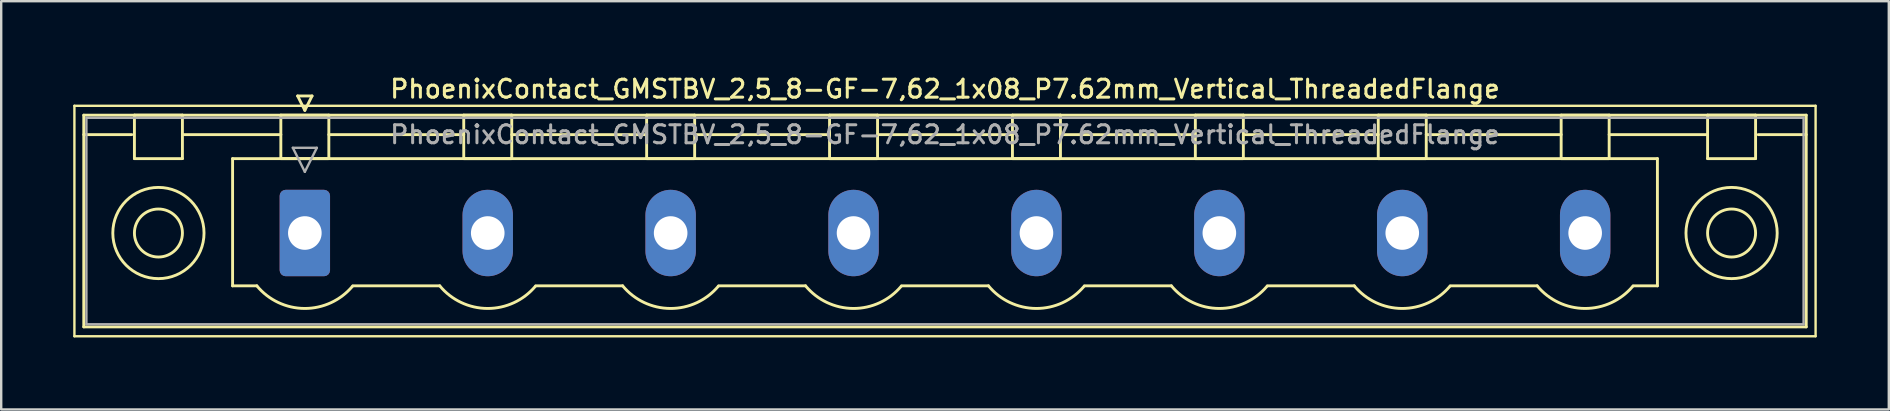
<source format=kicad_pcb>
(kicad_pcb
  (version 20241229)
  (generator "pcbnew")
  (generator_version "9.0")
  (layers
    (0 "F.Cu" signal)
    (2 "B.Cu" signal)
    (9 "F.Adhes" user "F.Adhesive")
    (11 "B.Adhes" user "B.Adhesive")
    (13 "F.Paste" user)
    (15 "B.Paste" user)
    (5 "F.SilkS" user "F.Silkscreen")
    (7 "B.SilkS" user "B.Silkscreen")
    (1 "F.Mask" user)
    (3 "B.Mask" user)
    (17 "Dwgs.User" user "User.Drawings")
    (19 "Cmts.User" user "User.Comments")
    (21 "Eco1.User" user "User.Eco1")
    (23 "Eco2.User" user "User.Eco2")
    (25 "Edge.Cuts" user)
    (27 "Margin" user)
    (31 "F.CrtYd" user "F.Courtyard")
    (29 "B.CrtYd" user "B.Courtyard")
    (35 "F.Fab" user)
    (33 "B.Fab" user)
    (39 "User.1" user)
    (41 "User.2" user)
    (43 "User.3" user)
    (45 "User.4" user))
  (footprint "PhoenixContact_GMSTBV_2,5_8-GF-7,62_1x08_P7.62mm_Vertical_ThreadedFlange"
    (layer "F.Cu")
    (at 9.65 6.658)
    (property "Reference" "PhoenixContact_GMSTBV_2,5_8-GF-7,62_1x08_P7.62mm_Vertical_ThreadedFlange" (at 26.67 -6 0) (layer "F.SilkS") (effects (font (size 0.75 0.75) (thickness 0.125))))
    (attr through_hole)
    (fp_line (start -9.6 -5.3) (end -9.6 4.3) (stroke (width 0.1) (type solid)) (layer "F.SilkS"))
    (fp_line (start -9.6 4.3) (end 62.94 4.3) (stroke (width 0.1) (type solid)) (layer "F.SilkS"))
    (fp_line (start -9.21 -4.91) (end -9.21 3.91) (stroke (width 0.12) (type solid)) (layer "F.SilkS"))
    (fp_line (start -9.21 -4.1) (end -7.21 -4.1) (stroke (width 0.12) (type solid)) (layer "F.SilkS"))
    (fp_line (start -9.21 3.91) (end 62.55 3.91) (stroke (width 0.12) (type solid)) (layer "F.SilkS"))
    (fp_line (start -7.1 -4.91) (end -5.1 -4.91) (stroke (width 0.12) (type solid)) (layer "F.SilkS"))
    (fp_line (start -7.1 -3.1) (end -7.1 -4.91) (stroke (width 0.12) (type solid)) (layer "F.SilkS"))
    (fp_line (start -5.1 -4.91) (end -5.1 -3.1) (stroke (width 0.12) (type solid)) (layer "F.SilkS"))
    (fp_line (start -5.1 -4.1) (end -1 -4.1) (stroke (width 0.12) (type solid)) (layer "F.SilkS"))
    (fp_line (start -5.1 -3.1) (end -7.1 -3.1) (stroke (width 0.12) (type solid)) (layer "F.SilkS"))
    (fp_line (start -3.01 -3.1) (end 56.35 -3.1) (stroke (width 0.12) (type solid)) (layer "F.SilkS"))
    (fp_line (start -3.01 2.2) (end -3.01 -3.1) (stroke (width 0.12) (type solid)) (layer "F.SilkS"))
    (fp_line (start -2 2.2) (end -3.01 2.2) (stroke (width 0.12) (type solid)) (layer "F.SilkS"))
    (fp_line (start -1 -4.91) (end 1 -4.91) (stroke (width 0.12) (type solid)) (layer "F.SilkS"))
    (fp_line (start -1 -3.1) (end -1 -4.91) (stroke (width 0.12) (type solid)) (layer "F.SilkS"))
    (fp_line (start -0.3 -5.71) (end 0.3 -5.71) (stroke (width 0.12) (type solid)) (layer "F.SilkS"))
    (fp_line (start 0 -5.11) (end -0.3 -5.71) (stroke (width 0.12) (type solid)) (layer "F.SilkS"))
    (fp_line (start 0.3 -5.71) (end 0 -5.11) (stroke (width 0.12) (type solid)) (layer "F.SilkS"))
    (fp_line (start 1 -4.91) (end 1 -3.1) (stroke (width 0.12) (type solid)) (layer "F.SilkS"))
    (fp_line (start 1 -4.1) (end 6.62 -4.1) (stroke (width 0.12) (type solid)) (layer "F.SilkS"))
    (fp_line (start 1 -3.1) (end -1 -3.1) (stroke (width 0.12) (type solid)) (layer "F.SilkS"))
    (fp_line (start 2 2.2) (end 5.62 2.2) (stroke (width 0.12) (type solid)) (layer "F.SilkS"))
    (fp_line (start 6.62 -4.91) (end 8.62 -4.91) (stroke (width 0.12) (type solid)) (layer "F.SilkS"))
    (fp_line (start 6.62 -3.1) (end 6.62 -4.91) (stroke (width 0.12) (type solid)) (layer "F.SilkS"))
    (fp_line (start 8.62 -4.91) (end 8.62 -3.1) (stroke (width 0.12) (type solid)) (layer "F.SilkS"))
    (fp_line (start 8.62 -4.1) (end 14.24 -4.1) (stroke (width 0.12) (type solid)) (layer "F.SilkS"))
    (fp_line (start 8.62 -3.1) (end 6.62 -3.1) (stroke (width 0.12) (type solid)) (layer "F.SilkS"))
    (fp_line (start 9.62 2.2) (end 13.24 2.2) (stroke (width 0.12) (type solid)) (layer "F.SilkS"))
    (fp_line (start 14.24 -4.91) (end 16.24 -4.91) (stroke (width 0.12) (type solid)) (layer "F.SilkS"))
    (fp_line (start 14.24 -3.1) (end 14.24 -4.91) (stroke (width 0.12) (type solid)) (layer "F.SilkS"))
    (fp_line (start 16.24 -4.91) (end 16.24 -3.1) (stroke (width 0.12) (type solid)) (layer "F.SilkS"))
    (fp_line (start 16.24 -4.1) (end 21.86 -4.1) (stroke (width 0.12) (type solid)) (layer "F.SilkS"))
    (fp_line (start 16.24 -3.1) (end 14.24 -3.1) (stroke (width 0.12) (type solid)) (layer "F.SilkS"))
    (fp_line (start 17.24 2.2) (end 20.86 2.2) (stroke (width 0.12) (type solid)) (layer "F.SilkS"))
    (fp_line (start 21.86 -4.91) (end 23.86 -4.91) (stroke (width 0.12) (type solid)) (layer "F.SilkS"))
    (fp_line (start 21.86 -3.1) (end 21.86 -4.91) (stroke (width 0.12) (type solid)) (layer "F.SilkS"))
    (fp_line (start 23.86 -4.91) (end 23.86 -3.1) (stroke (width 0.12) (type solid)) (layer "F.SilkS"))
    (fp_line (start 23.86 -4.1) (end 29.48 -4.1) (stroke (width 0.12) (type solid)) (layer "F.SilkS"))
    (fp_line (start 23.86 -3.1) (end 21.86 -3.1) (stroke (width 0.12) (type solid)) (layer "F.SilkS"))
    (fp_line (start 24.86 2.2) (end 28.48 2.2) (stroke (width 0.12) (type solid)) (layer "F.SilkS"))
    (fp_line (start 29.48 -4.91) (end 31.48 -4.91) (stroke (width 0.12) (type solid)) (layer "F.SilkS"))
    (fp_line (start 29.48 -3.1) (end 29.48 -4.91) (stroke (width 0.12) (type solid)) (layer "F.SilkS"))
    (fp_line (start 31.48 -4.91) (end 31.48 -3.1) (stroke (width 0.12) (type solid)) (layer "F.SilkS"))
    (fp_line (start 31.48 -4.1) (end 37.1 -4.1) (stroke (width 0.12) (type solid)) (layer "F.SilkS"))
    (fp_line (start 31.48 -3.1) (end 29.48 -3.1) (stroke (width 0.12) (type solid)) (layer "F.SilkS"))
    (fp_line (start 32.48 2.2) (end 36.1 2.2) (stroke (width 0.12) (type solid)) (layer "F.SilkS"))
    (fp_line (start 37.1 -4.91) (end 39.1 -4.91) (stroke (width 0.12) (type solid)) (layer "F.SilkS"))
    (fp_line (start 37.1 -3.1) (end 37.1 -4.91) (stroke (width 0.12) (type solid)) (layer "F.SilkS"))
    (fp_line (start 39.1 -4.91) (end 39.1 -3.1) (stroke (width 0.12) (type solid)) (layer "F.SilkS"))
    (fp_line (start 39.1 -4.1) (end 44.72 -4.1) (stroke (width 0.12) (type solid)) (layer "F.SilkS"))
    (fp_line (start 39.1 -3.1) (end 37.1 -3.1) (stroke (width 0.12) (type solid)) (layer "F.SilkS"))
    (fp_line (start 40.1 2.2) (end 43.72 2.2) (stroke (width 0.12) (type solid)) (layer "F.SilkS"))
    (fp_line (start 44.72 -4.91) (end 46.72 -4.91) (stroke (width 0.12) (type solid)) (layer "F.SilkS"))
    (fp_line (start 44.72 -3.1) (end 44.72 -4.91) (stroke (width 0.12) (type solid)) (layer "F.SilkS"))
    (fp_line (start 46.72 -4.91) (end 46.72 -3.1) (stroke (width 0.12) (type solid)) (layer "F.SilkS"))
    (fp_line (start 46.72 -4.1) (end 52.34 -4.1) (stroke (width 0.12) (type solid)) (layer "F.SilkS"))
    (fp_line (start 46.72 -3.1) (end 44.72 -3.1) (stroke (width 0.12) (type solid)) (layer "F.SilkS"))
    (fp_line (start 47.72 2.2) (end 51.34 2.2) (stroke (width 0.12) (type solid)) (layer "F.SilkS"))
    (fp_line (start 52.34 -4.91) (end 54.34 -4.91) (stroke (width 0.12) (type solid)) (layer "F.SilkS"))
    (fp_line (start 52.34 -3.1) (end 52.34 -4.91) (stroke (width 0.12) (type solid)) (layer "F.SilkS"))
    (fp_line (start 54.34 -4.91) (end 54.34 -3.1) (stroke (width 0.12) (type solid)) (layer "F.SilkS"))
    (fp_line (start 54.34 -4.1) (end 58.44 -4.1) (stroke (width 0.12) (type solid)) (layer "F.SilkS"))
    (fp_line (start 54.34 -3.1) (end 52.34 -3.1) (stroke (width 0.12) (type solid)) (layer "F.SilkS"))
    (fp_line (start 56.35 -3.1) (end 56.35 2.2) (stroke (width 0.12) (type solid)) (layer "F.SilkS"))
    (fp_line (start 56.35 2.2) (end 55.34 2.2) (stroke (width 0.12) (type solid)) (layer "F.SilkS"))
    (fp_line (start 58.44 -4.91) (end 60.44 -4.91) (stroke (width 0.12) (type solid)) (layer "F.SilkS"))
    (fp_line (start 58.44 -3.1) (end 58.44 -4.91) (stroke (width 0.12) (type solid)) (layer "F.SilkS"))
    (fp_line (start 60.44 -4.91) (end 60.44 -3.1) (stroke (width 0.12) (type solid)) (layer "F.SilkS"))
    (fp_line (start 60.44 -3.1) (end 58.44 -3.1) (stroke (width 0.12) (type solid)) (layer "F.SilkS"))
    (fp_line (start 62.55 -4.91) (end -9.21 -4.91) (stroke (width 0.12) (type solid)) (layer "F.SilkS"))
    (fp_line (start 62.55 -4.1) (end 60.55 -4.1) (stroke (width 0.12) (type solid)) (layer "F.SilkS"))
    (fp_line (start 62.55 3.91) (end 62.55 -4.91) (stroke (width 0.12) (type solid)) (layer "F.SilkS"))
    (fp_line (start 62.94 -5.3) (end -9.6 -5.3) (stroke (width 0.1) (type solid)) (layer "F.SilkS"))
    (fp_line (start 62.94 4.3) (end 62.94 -5.3) (stroke (width 0.1) (type solid)) (layer "F.SilkS"))
    (fp_arc (start 1.986842 2.215821) (mid -0.010289 3.142758) (end -2 2.2) (stroke (width 0.12) (type solid)) (layer "F.SilkS"))
    (fp_arc (start 9.606842 2.215821) (mid 7.609711 3.142758) (end 5.62 2.2) (stroke (width 0.12) (type solid)) (layer "F.SilkS"))
    (fp_arc (start 17.226842 2.215821) (mid 15.229711 3.142758) (end 13.24 2.2) (stroke (width 0.12) (type solid)) (layer "F.SilkS"))
    (fp_arc (start 24.846842 2.215821) (mid 22.849711 3.142758) (end 20.86 2.2) (stroke (width 0.12) (type solid)) (layer "F.SilkS"))
    (fp_arc (start 32.466842 2.215821) (mid 30.469711 3.142758) (end 28.48 2.2) (stroke (width 0.12) (type solid)) (layer "F.SilkS"))
    (fp_arc (start 40.086842 2.215821) (mid 38.089711 3.142758) (end 36.1 2.2) (stroke (width 0.12) (type solid)) (layer "F.SilkS"))
    (fp_arc (start 47.706842 2.215821) (mid 45.709711 3.142758) (end 43.72 2.2) (stroke (width 0.12) (type solid)) (layer "F.SilkS"))
    (fp_arc (start 55.326842 2.215821) (mid 53.329711 3.142758) (end 51.34 2.2) (stroke (width 0.12) (type solid)) (layer "F.SilkS"))
    (fp_circle (center -6.1 0) (end -5.1 0) (stroke (width 0.12) (type solid)) (fill no) (layer "F.SilkS"))
    (fp_circle (center -6.1 0) (end -4.2 0) (stroke (width 0.12) (type solid)) (fill no) (layer "F.SilkS"))
    (fp_circle (center 59.44 0) (end 60.44 0) (stroke (width 0.12) (type solid)) (fill no) (layer "F.SilkS"))
    (fp_circle (center 59.44 0) (end 61.34 0) (stroke (width 0.12) (type solid)) (fill no) (layer "F.SilkS"))
    (fp_line (start -9.1 -4.8) (end -9.1 3.8) (stroke (width 0.1) (type solid)) (layer "F.Fab"))
    (fp_line (start -9.1 3.8) (end 62.44 3.8) (stroke (width 0.1) (type solid)) (layer "F.Fab"))
    (fp_line (start -0.5 -3.55) (end 0.5 -3.55) (stroke (width 0.1) (type solid)) (layer "F.Fab"))
    (fp_line (start 0 -2.55) (end -0.5 -3.55) (stroke (width 0.1) (type solid)) (layer "F.Fab"))
    (fp_line (start 0.5 -3.55) (end 0 -2.55) (stroke (width 0.1) (type solid)) (layer "F.Fab"))
    (fp_line (start 62.44 -4.8) (end -9.1 -4.8) (stroke (width 0.1) (type solid)) (layer "F.Fab"))
    (fp_line (start 62.44 3.8) (end 62.44 -4.8) (stroke (width 0.1) (type solid)) (layer "F.Fab"))
    (fp_text user "${REFERENCE}" (at 26.67 -4.1 0) (layer "F.Fab") (effects (font (size 0.75 0.75) (thickness 0.125))))
    (pad "1" thru_hole roundrect (at 0 0) (size 2.1 3.6) (drill 1.4) (layers "*.Cu" "*.Mask") (roundrect_rratio 0.119))
    (pad "2" thru_hole oval (at 7.62 0) (size 2.1 3.6) (drill 1.4) (layers "*.Cu" "*.Mask"))
    (pad "3" thru_hole oval (at 15.24 0) (size 2.1 3.6) (drill 1.4) (layers "*.Cu" "*.Mask"))
    (pad "4" thru_hole oval (at 22.86 0) (size 2.1 3.6) (drill 1.4) (layers "*.Cu" "*.Mask"))
    (pad "5" thru_hole oval (at 30.48 0) (size 2.1 3.6) (drill 1.4) (layers "*.Cu" "*.Mask"))
    (pad "6" thru_hole oval (at 38.1 0) (size 2.1 3.6) (drill 1.4) (layers "*.Cu" "*.Mask"))
    (pad "7" thru_hole oval (at 45.72 0) (size 2.1 3.6) (drill 1.4) (layers "*.Cu" "*.Mask"))
    (pad "8" thru_hole oval (at 53.34 0) (size 2.1 3.6) (drill 1.4) (layers "*.Cu" "*.Mask")))
  (gr_rect
    (start -3 -3)
    (end 75.64 14.008)
    (stroke (width 0.1) (type default))
    (fill no)
    (layer "Edge.Cuts")))
</source>
